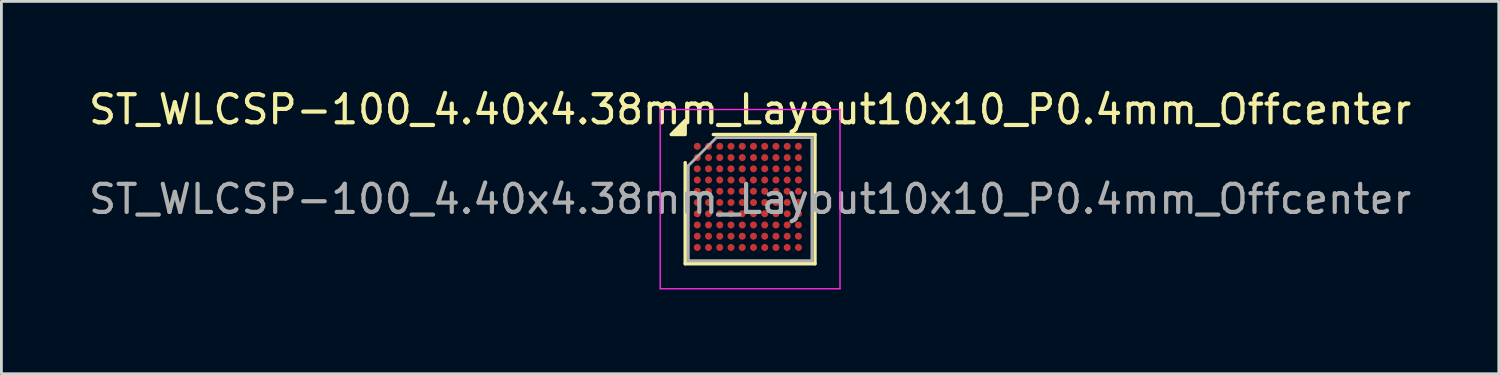
<source format=kicad_pcb>
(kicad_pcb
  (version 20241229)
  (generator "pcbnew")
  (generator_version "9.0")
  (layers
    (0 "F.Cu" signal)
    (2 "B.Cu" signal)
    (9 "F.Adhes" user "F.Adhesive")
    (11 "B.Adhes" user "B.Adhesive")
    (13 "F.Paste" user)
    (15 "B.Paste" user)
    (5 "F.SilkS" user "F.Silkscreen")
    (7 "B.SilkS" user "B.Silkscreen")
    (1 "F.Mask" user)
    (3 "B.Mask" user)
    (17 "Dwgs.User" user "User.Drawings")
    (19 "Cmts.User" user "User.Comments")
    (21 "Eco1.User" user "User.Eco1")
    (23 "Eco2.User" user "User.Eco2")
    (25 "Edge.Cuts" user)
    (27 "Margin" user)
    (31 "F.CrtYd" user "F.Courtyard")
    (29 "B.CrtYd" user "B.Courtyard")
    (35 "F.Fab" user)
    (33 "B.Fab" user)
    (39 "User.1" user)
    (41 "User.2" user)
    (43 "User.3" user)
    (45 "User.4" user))
  (footprint "ST_WLCSP-100_4.40x4.38mm_Layout10x10_P0.4mm_Offcenter"
    (layer "F.Cu")
    (at 23.649 4.038)
    (property "Reference" "ST_WLCSP-100_4.40x4.38mm_Layout10x10_P0.4mm_Offcenter" (at 0 -3.19 0) (layer "F.SilkS") (effects (font (size 1 1) (thickness 0.15))))
    (attr smd)
    (fp_line (start -2.31 2.3) (end -2.31 -1.3) (stroke (width 0.12) (type solid)) (layer "F.SilkS"))
    (fp_line (start -1.31 -2.3) (end 2.31 -2.3) (stroke (width 0.12) (type solid)) (layer "F.SilkS"))
    (fp_line (start 2.31 -2.3) (end 2.31 2.3) (stroke (width 0.12) (type solid)) (layer "F.SilkS"))
    (fp_line (start 2.31 2.3) (end -2.31 2.3) (stroke (width 0.12) (type solid)) (layer "F.SilkS"))
    (fp_poly (pts (xy -2.31 -2.3) (xy -2.81 -2.3) (xy -2.31 -2.8) (xy -2.31 -2.3)) (stroke (width 0.12) (type solid)) (fill yes) (layer "F.SilkS"))
    (fp_line (start -3.2 -3.19) (end -3.2 3.19) (stroke (width 0.05) (type solid)) (layer "F.CrtYd"))
    (fp_line (start -3.2 3.19) (end 3.2 3.19) (stroke (width 0.05) (type solid)) (layer "F.CrtYd"))
    (fp_line (start 3.2 -3.19) (end -3.2 -3.19) (stroke (width 0.05) (type solid)) (layer "F.CrtYd"))
    (fp_line (start 3.2 3.19) (end 3.2 -3.19) (stroke (width 0.05) (type solid)) (layer "F.CrtYd"))
    (fp_line (start -2.2 -1.19) (end -1.2 -2.19) (stroke (width 0.1) (type solid)) (layer "F.Fab"))
    (fp_line (start -2.2 2.19) (end -2.2 -1.19) (stroke (width 0.1) (type solid)) (layer "F.Fab"))
    (fp_line (start -1.2 -2.19) (end 2.2 -2.19) (stroke (width 0.1) (type solid)) (layer "F.Fab"))
    (fp_line (start 2.2 -2.19) (end 2.2 2.19) (stroke (width 0.1) (type solid)) (layer "F.Fab"))
    (fp_line (start 2.2 2.19) (end -2.2 2.19) (stroke (width 0.1) (type solid)) (layer "F.Fab"))
    (fp_text user "${REFERENCE}" (at 0 0 0) (layer "F.Fab") (effects (font (size 1 1) (thickness 0.15))))
    (pad "A1" smd circle (at -1.88 -1.88) (size 0.25 0.25) (property pad_prop_bga) (layers "F.Cu" "F.Mask" "F.Paste"))
    (pad "A2" smd circle (at -1.48 -1.88) (size 0.25 0.25) (property pad_prop_bga) (layers "F.Cu" "F.Mask" "F.Paste"))
    (pad "A3" smd circle (at -1.08 -1.88) (size 0.25 0.25) (property pad_prop_bga) (layers "F.Cu" "F.Mask" "F.Paste"))
    (pad "A4" smd circle (at -0.68 -1.88) (size 0.25 0.25) (property pad_prop_bga) (layers "F.Cu" "F.Mask" "F.Paste"))
    (pad "A5" smd circle (at -0.28 -1.88) (size 0.25 0.25) (property pad_prop_bga) (layers "F.Cu" "F.Mask" "F.Paste"))
    (pad "A6" smd circle (at 0.12 -1.88) (size 0.25 0.25) (property pad_prop_bga) (layers "F.Cu" "F.Mask" "F.Paste"))
    (pad "A7" smd circle (at 0.52 -1.88) (size 0.25 0.25) (property pad_prop_bga) (layers "F.Cu" "F.Mask" "F.Paste"))
    (pad "A8" smd circle (at 0.92 -1.88) (size 0.25 0.25) (property pad_prop_bga) (layers "F.Cu" "F.Mask" "F.Paste"))
    (pad "A9" smd circle (at 1.32 -1.88) (size 0.25 0.25) (property pad_prop_bga) (layers "F.Cu" "F.Mask" "F.Paste"))
    (pad "A10" smd circle (at 1.72 -1.88) (size 0.25 0.25) (property pad_prop_bga) (layers "F.Cu" "F.Mask" "F.Paste"))
    (pad "B1" smd circle (at -1.88 -1.48) (size 0.25 0.25) (property pad_prop_bga) (layers "F.Cu" "F.Mask" "F.Paste"))
    (pad "B2" smd circle (at -1.48 -1.48) (size 0.25 0.25) (property pad_prop_bga) (layers "F.Cu" "F.Mask" "F.Paste"))
    (pad "B3" smd circle (at -1.08 -1.48) (size 0.25 0.25) (property pad_prop_bga) (layers "F.Cu" "F.Mask" "F.Paste"))
    (pad "B4" smd circle (at -0.68 -1.48) (size 0.25 0.25) (property pad_prop_bga) (layers "F.Cu" "F.Mask" "F.Paste"))
    (pad "B5" smd circle (at -0.28 -1.48) (size 0.25 0.25) (property pad_prop_bga) (layers "F.Cu" "F.Mask" "F.Paste"))
    (pad "B6" smd circle (at 0.12 -1.48) (size 0.25 0.25) (property pad_prop_bga) (layers "F.Cu" "F.Mask" "F.Paste"))
    (pad "B7" smd circle (at 0.52 -1.48) (size 0.25 0.25) (property pad_prop_bga) (layers "F.Cu" "F.Mask" "F.Paste"))
    (pad "B8" smd circle (at 0.92 -1.48) (size 0.25 0.25) (property pad_prop_bga) (layers "F.Cu" "F.Mask" "F.Paste"))
    (pad "B9" smd circle (at 1.32 -1.48) (size 0.25 0.25) (property pad_prop_bga) (layers "F.Cu" "F.Mask" "F.Paste"))
    (pad "B10" smd circle (at 1.72 -1.48) (size 0.25 0.25) (property pad_prop_bga) (layers "F.Cu" "F.Mask" "F.Paste"))
    (pad "C1" smd circle (at -1.88 -1.08) (size 0.25 0.25) (property pad_prop_bga) (layers "F.Cu" "F.Mask" "F.Paste"))
    (pad "C2" smd circle (at -1.48 -1.08) (size 0.25 0.25) (property pad_prop_bga) (layers "F.Cu" "F.Mask" "F.Paste"))
    (pad "C3" smd circle (at -1.08 -1.08) (size 0.25 0.25) (property pad_prop_bga) (layers "F.Cu" "F.Mask" "F.Paste"))
    (pad "C4" smd circle (at -0.68 -1.08) (size 0.25 0.25) (property pad_prop_bga) (layers "F.Cu" "F.Mask" "F.Paste"))
    (pad "C5" smd circle (at -0.28 -1.08) (size 0.25 0.25) (property pad_prop_bga) (layers "F.Cu" "F.Mask" "F.Paste"))
    (pad "C6" smd circle (at 0.12 -1.08) (size 0.25 0.25) (property pad_prop_bga) (layers "F.Cu" "F.Mask" "F.Paste"))
    (pad "C7" smd circle (at 0.52 -1.08) (size 0.25 0.25) (property pad_prop_bga) (layers "F.Cu" "F.Mask" "F.Paste"))
    (pad "C8" smd circle (at 0.92 -1.08) (size 0.25 0.25) (property pad_prop_bga) (layers "F.Cu" "F.Mask" "F.Paste"))
    (pad "C9" smd circle (at 1.32 -1.08) (size 0.25 0.25) (property pad_prop_bga) (layers "F.Cu" "F.Mask" "F.Paste"))
    (pad "C10" smd circle (at 1.72 -1.08) (size 0.25 0.25) (property pad_prop_bga) (layers "F.Cu" "F.Mask" "F.Paste"))
    (pad "D1" smd circle (at -1.88 -0.68) (size 0.25 0.25) (property pad_prop_bga) (layers "F.Cu" "F.Mask" "F.Paste"))
    (pad "D2" smd circle (at -1.48 -0.68) (size 0.25 0.25) (property pad_prop_bga) (layers "F.Cu" "F.Mask" "F.Paste"))
    (pad "D3" smd circle (at -1.08 -0.68) (size 0.25 0.25) (property pad_prop_bga) (layers "F.Cu" "F.Mask" "F.Paste"))
    (pad "D4" smd circle (at -0.68 -0.68) (size 0.25 0.25) (property pad_prop_bga) (layers "F.Cu" "F.Mask" "F.Paste"))
    (pad "D5" smd circle (at -0.28 -0.68) (size 0.25 0.25) (property pad_prop_bga) (layers "F.Cu" "F.Mask" "F.Paste"))
    (pad "D6" smd circle (at 0.12 -0.68) (size 0.25 0.25) (property pad_prop_bga) (layers "F.Cu" "F.Mask" "F.Paste"))
    (pad "D7" smd circle (at 0.52 -0.68) (size 0.25 0.25) (property pad_prop_bga) (layers "F.Cu" "F.Mask" "F.Paste"))
    (pad "D8" smd circle (at 0.92 -0.68) (size 0.25 0.25) (property pad_prop_bga) (layers "F.Cu" "F.Mask" "F.Paste"))
    (pad "D9" smd circle (at 1.32 -0.68) (size 0.25 0.25) (property pad_prop_bga) (layers "F.Cu" "F.Mask" "F.Paste"))
    (pad "D10" smd circle (at 1.72 -0.68) (size 0.25 0.25) (property pad_prop_bga) (layers "F.Cu" "F.Mask" "F.Paste"))
    (pad "E1" smd circle (at -1.88 -0.28) (size 0.25 0.25) (property pad_prop_bga) (layers "F.Cu" "F.Mask" "F.Paste"))
    (pad "E2" smd circle (at -1.48 -0.28) (size 0.25 0.25) (property pad_prop_bga) (layers "F.Cu" "F.Mask" "F.Paste"))
    (pad "E3" smd circle (at -1.08 -0.28) (size 0.25 0.25) (property pad_prop_bga) (layers "F.Cu" "F.Mask" "F.Paste"))
    (pad "E4" smd circle (at -0.68 -0.28) (size 0.25 0.25) (property pad_prop_bga) (layers "F.Cu" "F.Mask" "F.Paste"))
    (pad "E5" smd circle (at -0.28 -0.28) (size 0.25 0.25) (property pad_prop_bga) (layers "F.Cu" "F.Mask" "F.Paste"))
    (pad "E6" smd circle (at 0.12 -0.28) (size 0.25 0.25) (property pad_prop_bga) (layers "F.Cu" "F.Mask" "F.Paste"))
    (pad "E7" smd circle (at 0.52 -0.28) (size 0.25 0.25) (property pad_prop_bga) (layers "F.Cu" "F.Mask" "F.Paste"))
    (pad "E8" smd circle (at 0.92 -0.28) (size 0.25 0.25) (property pad_prop_bga) (layers "F.Cu" "F.Mask" "F.Paste"))
    (pad "E9" smd circle (at 1.32 -0.28) (size 0.25 0.25) (property pad_prop_bga) (layers "F.Cu" "F.Mask" "F.Paste"))
    (pad "E10" smd circle (at 1.72 -0.28) (size 0.25 0.25) (property pad_prop_bga) (layers "F.Cu" "F.Mask" "F.Paste"))
    (pad "F1" smd circle (at -1.88 0.12) (size 0.25 0.25) (property pad_prop_bga) (layers "F.Cu" "F.Mask" "F.Paste"))
    (pad "F2" smd circle (at -1.48 0.12) (size 0.25 0.25) (property pad_prop_bga) (layers "F.Cu" "F.Mask" "F.Paste"))
    (pad "F3" smd circle (at -1.08 0.12) (size 0.25 0.25) (property pad_prop_bga) (layers "F.Cu" "F.Mask" "F.Paste"))
    (pad "F4" smd circle (at -0.68 0.12) (size 0.25 0.25) (property pad_prop_bga) (layers "F.Cu" "F.Mask" "F.Paste"))
    (pad "F5" smd circle (at -0.28 0.12) (size 0.25 0.25) (property pad_prop_bga) (layers "F.Cu" "F.Mask" "F.Paste"))
    (pad "F6" smd circle (at 0.12 0.12) (size 0.25 0.25) (property pad_prop_bga) (layers "F.Cu" "F.Mask" "F.Paste"))
    (pad "F7" smd circle (at 0.52 0.12) (size 0.25 0.25) (property pad_prop_bga) (layers "F.Cu" "F.Mask" "F.Paste"))
    (pad "F8" smd circle (at 0.92 0.12) (size 0.25 0.25) (property pad_prop_bga) (layers "F.Cu" "F.Mask" "F.Paste"))
    (pad "F9" smd circle (at 1.32 0.12) (size 0.25 0.25) (property pad_prop_bga) (layers "F.Cu" "F.Mask" "F.Paste"))
    (pad "F10" smd circle (at 1.72 0.12) (size 0.25 0.25) (property pad_prop_bga) (layers "F.Cu" "F.Mask" "F.Paste"))
    (pad "G1" smd circle (at -1.88 0.52) (size 0.25 0.25) (property pad_prop_bga) (layers "F.Cu" "F.Mask" "F.Paste"))
    (pad "G2" smd circle (at -1.48 0.52) (size 0.25 0.25) (property pad_prop_bga) (layers "F.Cu" "F.Mask" "F.Paste"))
    (pad "G3" smd circle (at -1.08 0.52) (size 0.25 0.25) (property pad_prop_bga) (layers "F.Cu" "F.Mask" "F.Paste"))
    (pad "G4" smd circle (at -0.68 0.52) (size 0.25 0.25) (property pad_prop_bga) (layers "F.Cu" "F.Mask" "F.Paste"))
    (pad "G5" smd circle (at -0.28 0.52) (size 0.25 0.25) (property pad_prop_bga) (layers "F.Cu" "F.Mask" "F.Paste"))
    (pad "G6" smd circle (at 0.12 0.52) (size 0.25 0.25) (property pad_prop_bga) (layers "F.Cu" "F.Mask" "F.Paste"))
    (pad "G7" smd circle (at 0.52 0.52) (size 0.25 0.25) (property pad_prop_bga) (layers "F.Cu" "F.Mask" "F.Paste"))
    (pad "G8" smd circle (at 0.92 0.52) (size 0.25 0.25) (property pad_prop_bga) (layers "F.Cu" "F.Mask" "F.Paste"))
    (pad "G9" smd circle (at 1.32 0.52) (size 0.25 0.25) (property pad_prop_bga) (layers "F.Cu" "F.Mask" "F.Paste"))
    (pad "G10" smd circle (at 1.72 0.52) (size 0.25 0.25) (property pad_prop_bga) (layers "F.Cu" "F.Mask" "F.Paste"))
    (pad "H1" smd circle (at -1.88 0.92) (size 0.25 0.25) (property pad_prop_bga) (layers "F.Cu" "F.Mask" "F.Paste"))
    (pad "H2" smd circle (at -1.48 0.92) (size 0.25 0.25) (property pad_prop_bga) (layers "F.Cu" "F.Mask" "F.Paste"))
    (pad "H3" smd circle (at -1.08 0.92) (size 0.25 0.25) (property pad_prop_bga) (layers "F.Cu" "F.Mask" "F.Paste"))
    (pad "H4" smd circle (at -0.68 0.92) (size 0.25 0.25) (property pad_prop_bga) (layers "F.Cu" "F.Mask" "F.Paste"))
    (pad "H5" smd circle (at -0.28 0.92) (size 0.25 0.25) (property pad_prop_bga) (layers "F.Cu" "F.Mask" "F.Paste"))
    (pad "H6" smd circle (at 0.12 0.92) (size 0.25 0.25) (property pad_prop_bga) (layers "F.Cu" "F.Mask" "F.Paste"))
    (pad "H7" smd circle (at 0.52 0.92) (size 0.25 0.25) (property pad_prop_bga) (layers "F.Cu" "F.Mask" "F.Paste"))
    (pad "H8" smd circle (at 0.92 0.92) (size 0.25 0.25) (property pad_prop_bga) (layers "F.Cu" "F.Mask" "F.Paste"))
    (pad "H9" smd circle (at 1.32 0.92) (size 0.25 0.25) (property pad_prop_bga) (layers "F.Cu" "F.Mask" "F.Paste"))
    (pad "H10" smd circle (at 1.72 0.92) (size 0.25 0.25) (property pad_prop_bga) (layers "F.Cu" "F.Mask" "F.Paste"))
    (pad "J1" smd circle (at -1.88 1.32) (size 0.25 0.25) (property pad_prop_bga) (layers "F.Cu" "F.Mask" "F.Paste"))
    (pad "J2" smd circle (at -1.48 1.32) (size 0.25 0.25) (property pad_prop_bga) (layers "F.Cu" "F.Mask" "F.Paste"))
    (pad "J3" smd circle (at -1.08 1.32) (size 0.25 0.25) (property pad_prop_bga) (layers "F.Cu" "F.Mask" "F.Paste"))
    (pad "J4" smd circle (at -0.68 1.32) (size 0.25 0.25) (property pad_prop_bga) (layers "F.Cu" "F.Mask" "F.Paste"))
    (pad "J5" smd circle (at -0.28 1.32) (size 0.25 0.25) (property pad_prop_bga) (layers "F.Cu" "F.Mask" "F.Paste"))
    (pad "J6" smd circle (at 0.12 1.32) (size 0.25 0.25) (property pad_prop_bga) (layers "F.Cu" "F.Mask" "F.Paste"))
    (pad "J7" smd circle (at 0.52 1.32) (size 0.25 0.25) (property pad_prop_bga) (layers "F.Cu" "F.Mask" "F.Paste"))
    (pad "J8" smd circle (at 0.92 1.32) (size 0.25 0.25) (property pad_prop_bga) (layers "F.Cu" "F.Mask" "F.Paste"))
    (pad "J9" smd circle (at 1.32 1.32) (size 0.25 0.25) (property pad_prop_bga) (layers "F.Cu" "F.Mask" "F.Paste"))
    (pad "J10" smd circle (at 1.72 1.32) (size 0.25 0.25) (property pad_prop_bga) (layers "F.Cu" "F.Mask" "F.Paste"))
    (pad "K1" smd circle (at -1.88 1.72) (size 0.25 0.25) (property pad_prop_bga) (layers "F.Cu" "F.Mask" "F.Paste"))
    (pad "K2" smd circle (at -1.48 1.72) (size 0.25 0.25) (property pad_prop_bga) (layers "F.Cu" "F.Mask" "F.Paste"))
    (pad "K3" smd circle (at -1.08 1.72) (size 0.25 0.25) (property pad_prop_bga) (layers "F.Cu" "F.Mask" "F.Paste"))
    (pad "K4" smd circle (at -0.68 1.72) (size 0.25 0.25) (property pad_prop_bga) (layers "F.Cu" "F.Mask" "F.Paste"))
    (pad "K5" smd circle (at -0.28 1.72) (size 0.25 0.25) (property pad_prop_bga) (layers "F.Cu" "F.Mask" "F.Paste"))
    (pad "K6" smd circle (at 0.12 1.72) (size 0.25 0.25) (property pad_prop_bga) (layers "F.Cu" "F.Mask" "F.Paste"))
    (pad "K7" smd circle (at 0.52 1.72) (size 0.25 0.25) (property pad_prop_bga) (layers "F.Cu" "F.Mask" "F.Paste"))
    (pad "K8" smd circle (at 0.92 1.72) (size 0.25 0.25) (property pad_prop_bga) (layers "F.Cu" "F.Mask" "F.Paste"))
    (pad "K9" smd circle (at 1.32 1.72) (size 0.25 0.25) (property pad_prop_bga) (layers "F.Cu" "F.Mask" "F.Paste"))
    (pad "K10" smd circle (at 1.72 1.72) (size 0.25 0.25) (property pad_prop_bga) (layers "F.Cu" "F.Mask" "F.Paste")))
  (gr_rect
    (start -3 -3)
    (end 50.298 10.253)
    (stroke (width 0.1) (type default))
    (fill no)
    (layer "Edge.Cuts")))
</source>
